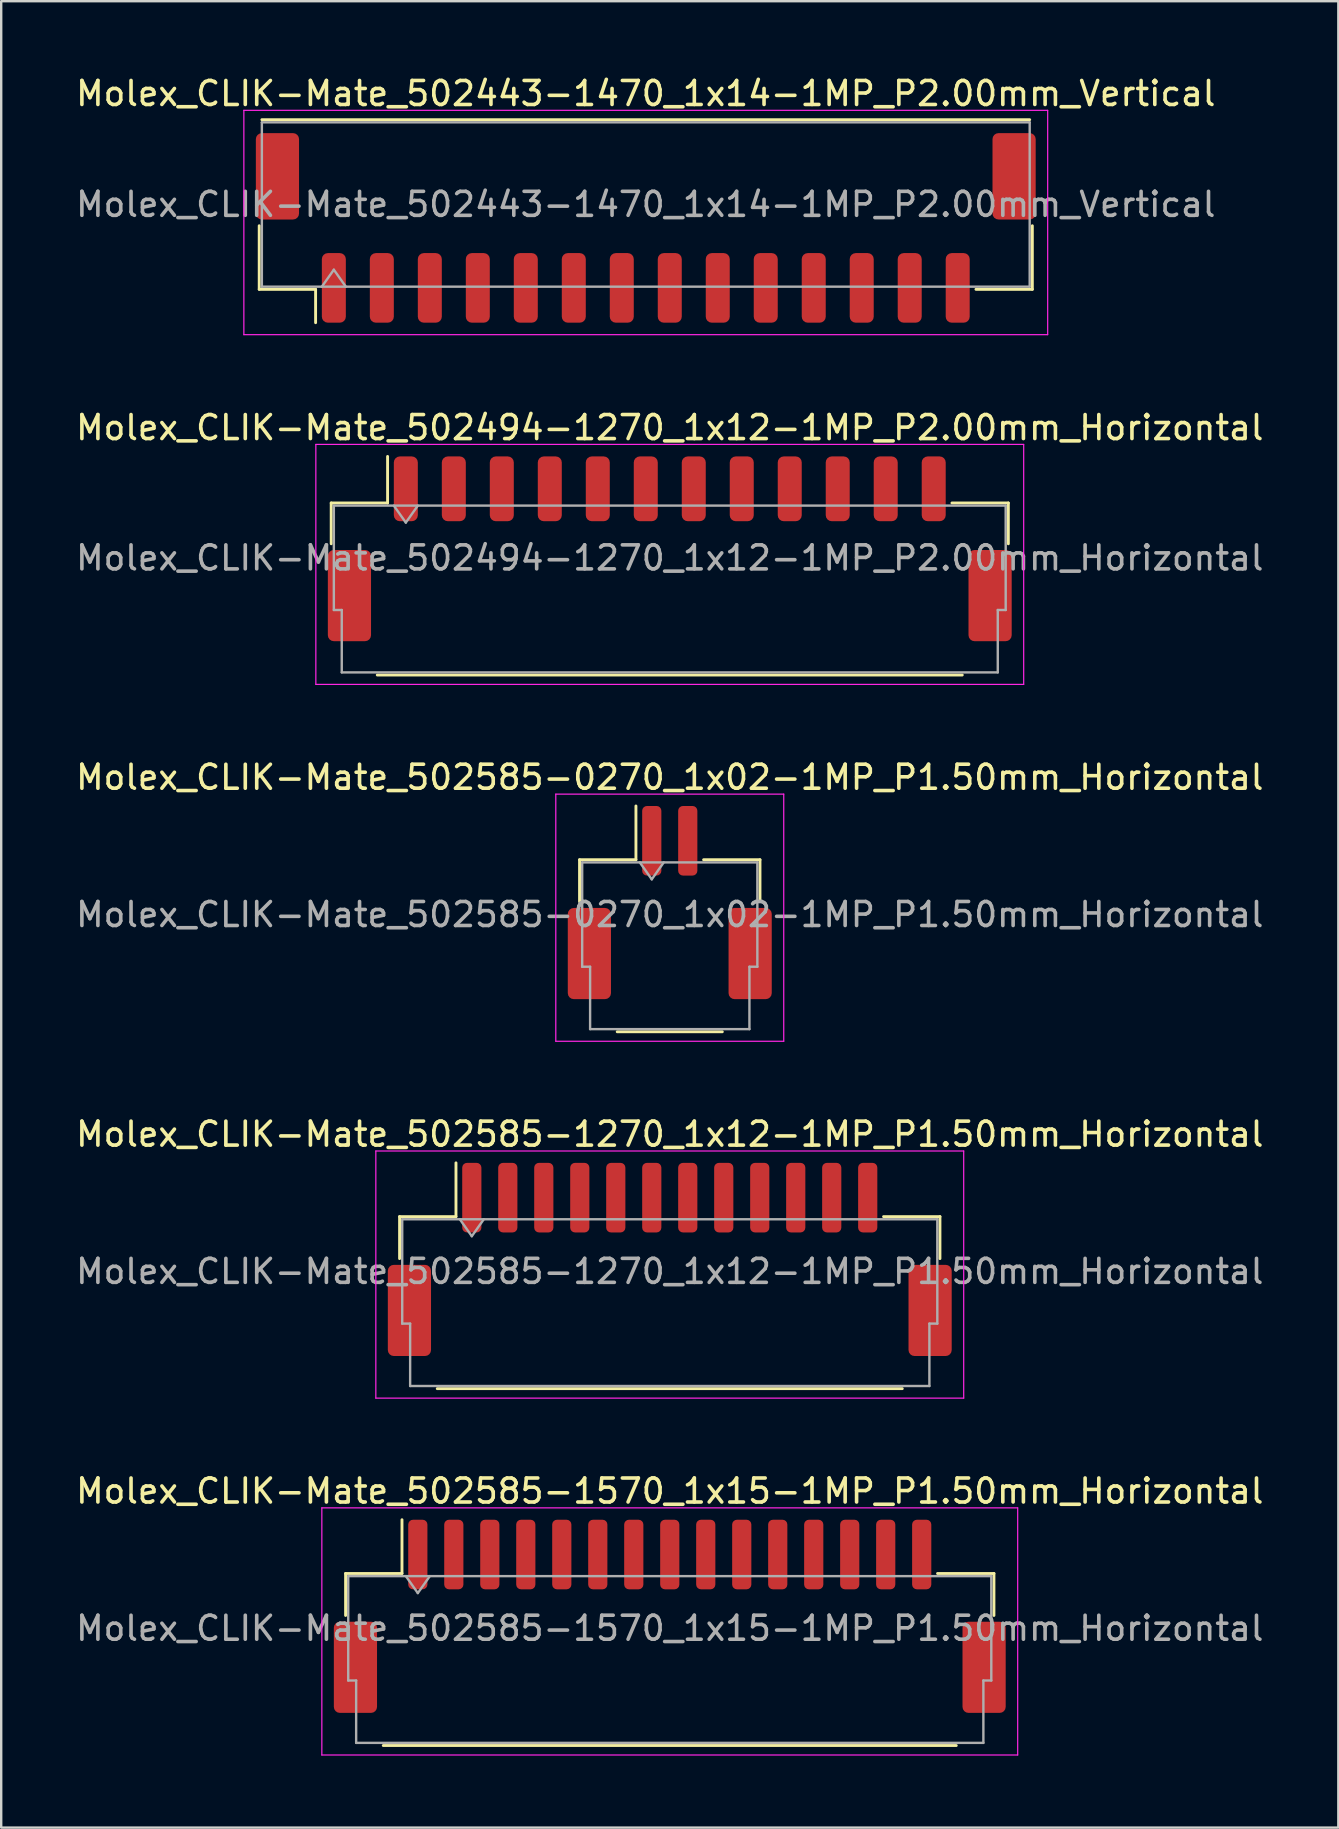
<source format=kicad_pcb>
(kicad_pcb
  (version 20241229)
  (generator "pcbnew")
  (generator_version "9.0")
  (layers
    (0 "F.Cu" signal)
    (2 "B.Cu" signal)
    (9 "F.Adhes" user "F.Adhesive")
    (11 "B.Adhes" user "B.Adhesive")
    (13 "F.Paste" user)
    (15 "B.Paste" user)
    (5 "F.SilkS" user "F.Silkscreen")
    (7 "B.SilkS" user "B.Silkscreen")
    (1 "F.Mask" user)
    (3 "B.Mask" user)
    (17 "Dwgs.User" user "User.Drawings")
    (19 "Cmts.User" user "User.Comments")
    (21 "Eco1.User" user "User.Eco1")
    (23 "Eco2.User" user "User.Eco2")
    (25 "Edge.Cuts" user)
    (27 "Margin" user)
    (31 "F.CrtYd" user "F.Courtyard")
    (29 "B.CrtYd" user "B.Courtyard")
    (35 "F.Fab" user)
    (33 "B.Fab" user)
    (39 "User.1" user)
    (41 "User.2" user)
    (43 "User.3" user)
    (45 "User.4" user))
  (footprint "Molex_CLIK-Mate_502585-1570_1x15-1MP_P1.50mm_Horizontal"
    (layer "F.Cu")
    (at 24.863 64.311)
    (property "Reference" "Molex_CLIK-Mate_502585-1570_1x15-1MP_P1.50mm_Horizontal" (at 0 -5.22 0) (layer "F.SilkS") (effects (font (size 1 1) (thickness 0.15))))
    (attr smd)
    (fp_line (start -13.51 -1.785) (end -11.16 -1.785) (stroke (width 0.12) (type solid)) (layer "F.SilkS"))
    (fp_line (start -13.51 -0.035) (end -13.51 -1.785) (stroke (width 0.12) (type solid)) (layer "F.SilkS"))
    (fp_line (start -11.94 5.385) (end 11.94 5.385) (stroke (width 0.12) (type solid)) (layer "F.SilkS"))
    (fp_line (start -11.16 -1.785) (end -11.16 -4.025) (stroke (width 0.12) (type solid)) (layer "F.SilkS"))
    (fp_line (start 13.51 -1.785) (end 11.16 -1.785) (stroke (width 0.12) (type solid)) (layer "F.SilkS"))
    (fp_line (start 13.51 -0.035) (end 13.51 -1.785) (stroke (width 0.12) (type solid)) (layer "F.SilkS"))
    (fp_line (start -14.5 -4.52) (end -14.5 5.78) (stroke (width 0.05) (type solid)) (layer "F.CrtYd"))
    (fp_line (start -14.5 5.78) (end 14.5 5.78) (stroke (width 0.05) (type solid)) (layer "F.CrtYd"))
    (fp_line (start 14.5 -4.52) (end -14.5 -4.52) (stroke (width 0.05) (type solid)) (layer "F.CrtYd"))
    (fp_line (start 14.5 5.78) (end 14.5 -4.52) (stroke (width 0.05) (type solid)) (layer "F.CrtYd"))
    (fp_line (start -13.4 -1.675) (end -13.4 2.675) (stroke (width 0.1) (type solid)) (layer "F.Fab"))
    (fp_line (start -13.4 -1.675) (end 13.4 -1.675) (stroke (width 0.1) (type solid)) (layer "F.Fab"))
    (fp_line (start -13.4 2.675) (end -13.07 2.675) (stroke (width 0.1) (type solid)) (layer "F.Fab"))
    (fp_line (start -13.07 2.675) (end -13.07 5.275) (stroke (width 0.1) (type solid)) (layer "F.Fab"))
    (fp_line (start -13.07 5.275) (end 13.07 5.275) (stroke (width 0.1) (type solid)) (layer "F.Fab"))
    (fp_line (start -11 -1.675) (end -10.5 -0.968) (stroke (width 0.1) (type solid)) (layer "F.Fab"))
    (fp_line (start -10.5 -0.968) (end -10 -1.675) (stroke (width 0.1) (type solid)) (layer "F.Fab"))
    (fp_line (start 13.07 2.675) (end 13.4 2.675) (stroke (width 0.1) (type solid)) (layer "F.Fab"))
    (fp_line (start 13.07 5.275) (end 13.07 2.675) (stroke (width 0.1) (type solid)) (layer "F.Fab"))
    (fp_line (start 13.4 -1.675) (end 13.4 2.675) (stroke (width 0.1) (type solid)) (layer "F.Fab"))
    (fp_text user "${REFERENCE}" (at 0 0.5 0) (layer "F.Fab") (effects (font (size 1 1) (thickness 0.15))))
    (pad "1" smd roundrect (at -10.5 -2.575) (size 0.8 2.9) (layers "F.Cu" "F.Mask" "F.Paste") (roundrect_rratio 0.25))
    (pad "2" smd roundrect (at -9 -2.575) (size 0.8 2.9) (layers "F.Cu" "F.Mask" "F.Paste") (roundrect_rratio 0.25))
    (pad "3" smd roundrect (at -7.5 -2.575) (size 0.8 2.9) (layers "F.Cu" "F.Mask" "F.Paste") (roundrect_rratio 0.25))
    (pad "4" smd roundrect (at -6 -2.575) (size 0.8 2.9) (layers "F.Cu" "F.Mask" "F.Paste") (roundrect_rratio 0.25))
    (pad "5" smd roundrect (at -4.5 -2.575) (size 0.8 2.9) (layers "F.Cu" "F.Mask" "F.Paste") (roundrect_rratio 0.25))
    (pad "6" smd roundrect (at -3 -2.575) (size 0.8 2.9) (layers "F.Cu" "F.Mask" "F.Paste") (roundrect_rratio 0.25))
    (pad "7" smd roundrect (at -1.5 -2.575) (size 0.8 2.9) (layers "F.Cu" "F.Mask" "F.Paste") (roundrect_rratio 0.25))
    (pad "8" smd roundrect (at 0 -2.575) (size 0.8 2.9) (layers "F.Cu" "F.Mask" "F.Paste") (roundrect_rratio 0.25))
    (pad "9" smd roundrect (at 1.5 -2.575) (size 0.8 2.9) (layers "F.Cu" "F.Mask" "F.Paste") (roundrect_rratio 0.25))
    (pad "10" smd roundrect (at 3 -2.575) (size 0.8 2.9) (layers "F.Cu" "F.Mask" "F.Paste") (roundrect_rratio 0.25))
    (pad "11" smd roundrect (at 4.5 -2.575) (size 0.8 2.9) (layers "F.Cu" "F.Mask" "F.Paste") (roundrect_rratio 0.25))
    (pad "12" smd roundrect (at 6 -2.575) (size 0.8 2.9) (layers "F.Cu" "F.Mask" "F.Paste") (roundrect_rratio 0.25))
    (pad "13" smd roundrect (at 7.5 -2.575) (size 0.8 2.9) (layers "F.Cu" "F.Mask" "F.Paste") (roundrect_rratio 0.25))
    (pad "14" smd roundrect (at 9 -2.575) (size 0.8 2.9) (layers "F.Cu" "F.Mask" "F.Paste") (roundrect_rratio 0.25))
    (pad "15" smd roundrect (at 10.5 -2.575) (size 0.8 2.9) (layers "F.Cu" "F.Mask" "F.Paste") (roundrect_rratio 0.25))
    (pad "MP" smd roundrect (at -13.1 2.125) (size 1.8 3.8) (layers "F.Cu" "F.Mask" "F.Paste") (roundrect_rratio 0.139))
    (pad "MP" smd roundrect (at 13.1 2.125) (size 1.8 3.8) (layers "F.Cu" "F.Mask" "F.Paste") (roundrect_rratio 0.139)))
  (footprint "Molex_CLIK-Mate_502585-0270_1x02-1MP_P1.50mm_Horizontal"
    (layer "F.Cu")
    (at 24.863 34.565)
    (property "Reference" "Molex_CLIK-Mate_502585-0270_1x02-1MP_P1.50mm_Horizontal" (at 0 -5.22 0) (layer "F.SilkS") (effects (font (size 1 1) (thickness 0.15))))
    (attr smd)
    (fp_line (start -3.76 -1.785) (end -1.41 -1.785) (stroke (width 0.12) (type solid)) (layer "F.SilkS"))
    (fp_line (start -3.76 -0.035) (end -3.76 -1.785) (stroke (width 0.12) (type solid)) (layer "F.SilkS"))
    (fp_line (start -2.19 5.385) (end 2.19 5.385) (stroke (width 0.12) (type solid)) (layer "F.SilkS"))
    (fp_line (start -1.41 -1.785) (end -1.41 -4.025) (stroke (width 0.12) (type solid)) (layer "F.SilkS"))
    (fp_line (start 3.76 -1.785) (end 1.41 -1.785) (stroke (width 0.12) (type solid)) (layer "F.SilkS"))
    (fp_line (start 3.76 -0.035) (end 3.76 -1.785) (stroke (width 0.12) (type solid)) (layer "F.SilkS"))
    (fp_line (start -4.75 -4.52) (end -4.75 5.78) (stroke (width 0.05) (type solid)) (layer "F.CrtYd"))
    (fp_line (start -4.75 5.78) (end 4.75 5.78) (stroke (width 0.05) (type solid)) (layer "F.CrtYd"))
    (fp_line (start 4.75 -4.52) (end -4.75 -4.52) (stroke (width 0.05) (type solid)) (layer "F.CrtYd"))
    (fp_line (start 4.75 5.78) (end 4.75 -4.52) (stroke (width 0.05) (type solid)) (layer "F.CrtYd"))
    (fp_line (start -3.65 -1.675) (end -3.65 2.675) (stroke (width 0.1) (type solid)) (layer "F.Fab"))
    (fp_line (start -3.65 -1.675) (end 3.65 -1.675) (stroke (width 0.1) (type solid)) (layer "F.Fab"))
    (fp_line (start -3.65 2.675) (end -3.32 2.675) (stroke (width 0.1) (type solid)) (layer "F.Fab"))
    (fp_line (start -3.32 2.675) (end -3.32 5.275) (stroke (width 0.1) (type solid)) (layer "F.Fab"))
    (fp_line (start -3.32 5.275) (end 3.32 5.275) (stroke (width 0.1) (type solid)) (layer "F.Fab"))
    (fp_line (start -1.25 -1.675) (end -0.75 -0.968) (stroke (width 0.1) (type solid)) (layer "F.Fab"))
    (fp_line (start -0.75 -0.968) (end -0.25 -1.675) (stroke (width 0.1) (type solid)) (layer "F.Fab"))
    (fp_line (start 3.32 2.675) (end 3.65 2.675) (stroke (width 0.1) (type solid)) (layer "F.Fab"))
    (fp_line (start 3.32 5.275) (end 3.32 2.675) (stroke (width 0.1) (type solid)) (layer "F.Fab"))
    (fp_line (start 3.65 -1.675) (end 3.65 2.675) (stroke (width 0.1) (type solid)) (layer "F.Fab"))
    (fp_text user "${REFERENCE}" (at 0 0.5 0) (layer "F.Fab") (effects (font (size 1 1) (thickness 0.15))))
    (pad "1" smd roundrect (at -0.75 -2.575) (size 0.8 2.9) (layers "F.Cu" "F.Mask" "F.Paste") (roundrect_rratio 0.25))
    (pad "2" smd roundrect (at 0.75 -2.575) (size 0.8 2.9) (layers "F.Cu" "F.Mask" "F.Paste") (roundrect_rratio 0.25))
    (pad "MP" smd roundrect (at -3.35 2.125) (size 1.8 3.8) (layers "F.Cu" "F.Mask" "F.Paste") (roundrect_rratio 0.139))
    (pad "MP" smd roundrect (at 3.35 2.125) (size 1.8 3.8) (layers "F.Cu" "F.Mask" "F.Paste") (roundrect_rratio 0.139)))
  (footprint "Molex_CLIK-Mate_502494-1270_1x12-1MP_P2.00mm_Horizontal"
    (layer "F.Cu")
    (at 24.863 19.822)
    (property "Reference" "Molex_CLIK-Mate_502494-1270_1x12-1MP_P2.00mm_Horizontal" (at 0 -5.05 0) (layer "F.SilkS") (effects (font (size 1 1) (thickness 0.15))))
    (attr smd)
    (fp_line (start -14.11 -1.91) (end -11.76 -1.91) (stroke (width 0.12) (type solid)) (layer "F.SilkS"))
    (fp_line (start -14.11 -0.21) (end -14.11 -1.91) (stroke (width 0.12) (type solid)) (layer "F.SilkS"))
    (fp_line (start -12.19 5.26) (end 12.19 5.26) (stroke (width 0.12) (type solid)) (layer "F.SilkS"))
    (fp_line (start -11.76 -1.91) (end -11.76 -3.85) (stroke (width 0.12) (type solid)) (layer "F.SilkS"))
    (fp_line (start 14.11 -1.91) (end 11.76 -1.91) (stroke (width 0.12) (type solid)) (layer "F.SilkS"))
    (fp_line (start 14.11 -0.21) (end 14.11 -1.91) (stroke (width 0.12) (type solid)) (layer "F.SilkS"))
    (fp_line (start -14.75 -4.35) (end -14.75 5.65) (stroke (width 0.05) (type solid)) (layer "F.CrtYd"))
    (fp_line (start -14.75 5.65) (end 14.75 5.65) (stroke (width 0.05) (type solid)) (layer "F.CrtYd"))
    (fp_line (start 14.75 -4.35) (end -14.75 -4.35) (stroke (width 0.05) (type solid)) (layer "F.CrtYd"))
    (fp_line (start 14.75 5.65) (end 14.75 -4.35) (stroke (width 0.05) (type solid)) (layer "F.CrtYd"))
    (fp_line (start -14 -1.8) (end -14 2.55) (stroke (width 0.1) (type solid)) (layer "F.Fab"))
    (fp_line (start -14 -1.8) (end 14 -1.8) (stroke (width 0.1) (type solid)) (layer "F.Fab"))
    (fp_line (start -14 2.55) (end -13.67 2.55) (stroke (width 0.1) (type solid)) (layer "F.Fab"))
    (fp_line (start -13.67 2.55) (end -13.67 5.15) (stroke (width 0.1) (type solid)) (layer "F.Fab"))
    (fp_line (start -13.67 5.15) (end 13.67 5.15) (stroke (width 0.1) (type solid)) (layer "F.Fab"))
    (fp_line (start -11.5 -1.8) (end -11 -1.093) (stroke (width 0.1) (type solid)) (layer "F.Fab"))
    (fp_line (start -11 -1.093) (end -10.5 -1.8) (stroke (width 0.1) (type solid)) (layer "F.Fab"))
    (fp_line (start 13.67 2.55) (end 14 2.55) (stroke (width 0.1) (type solid)) (layer "F.Fab"))
    (fp_line (start 13.67 5.15) (end 13.67 2.55) (stroke (width 0.1) (type solid)) (layer "F.Fab"))
    (fp_line (start 14 -1.8) (end 14 2.55) (stroke (width 0.1) (type solid)) (layer "F.Fab"))
    (fp_text user "${REFERENCE}" (at 0 0.38 0) (layer "F.Fab") (effects (font (size 1 1) (thickness 0.15))))
    (pad "1" smd roundrect (at -11 -2.5) (size 1 2.7) (layers "F.Cu" "F.Mask" "F.Paste") (roundrect_rratio 0.25))
    (pad "2" smd roundrect (at -9 -2.5) (size 1 2.7) (layers "F.Cu" "F.Mask" "F.Paste") (roundrect_rratio 0.25))
    (pad "3" smd roundrect (at -7 -2.5) (size 1 2.7) (layers "F.Cu" "F.Mask" "F.Paste") (roundrect_rratio 0.25))
    (pad "4" smd roundrect (at -5 -2.5) (size 1 2.7) (layers "F.Cu" "F.Mask" "F.Paste") (roundrect_rratio 0.25))
    (pad "5" smd roundrect (at -3 -2.5) (size 1 2.7) (layers "F.Cu" "F.Mask" "F.Paste") (roundrect_rratio 0.25))
    (pad "6" smd roundrect (at -1 -2.5) (size 1 2.7) (layers "F.Cu" "F.Mask" "F.Paste") (roundrect_rratio 0.25))
    (pad "7" smd roundrect (at 1 -2.5) (size 1 2.7) (layers "F.Cu" "F.Mask" "F.Paste") (roundrect_rratio 0.25))
    (pad "8" smd roundrect (at 3 -2.5) (size 1 2.7) (layers "F.Cu" "F.Mask" "F.Paste") (roundrect_rratio 0.25))
    (pad "9" smd roundrect (at 5 -2.5) (size 1 2.7) (layers "F.Cu" "F.Mask" "F.Paste") (roundrect_rratio 0.25))
    (pad "10" smd roundrect (at 7 -2.5) (size 1 2.7) (layers "F.Cu" "F.Mask" "F.Paste") (roundrect_rratio 0.25))
    (pad "11" smd roundrect (at 9 -2.5) (size 1 2.7) (layers "F.Cu" "F.Mask" "F.Paste") (roundrect_rratio 0.25))
    (pad "12" smd roundrect (at 11 -2.5) (size 1 2.7) (layers "F.Cu" "F.Mask" "F.Paste") (roundrect_rratio 0.25))
    (pad "MP" smd roundrect (at -13.35 1.95) (size 1.8 3.8) (layers "F.Cu" "F.Mask" "F.Paste") (roundrect_rratio 0.139))
    (pad "MP" smd roundrect (at 13.35 1.95) (size 1.8 3.8) (layers "F.Cu" "F.Mask" "F.Paste") (roundrect_rratio 0.139)))
  (footprint "Molex_CLIK-Mate_502443-1470_1x14-1MP_P2.00mm_Vertical"
    (layer "F.Cu")
    (at 23.863 6.448)
    (property "Reference" "Molex_CLIK-Mate_502443-1470_1x14-1MP_P2.00mm_Vertical" (at 0 -5.6 0) (layer "F.SilkS") (effects (font (size 1 1) (thickness 0.15))))
    (attr smd)
    (fp_line (start -16.11 -0.09) (end -16.11 2.56) (stroke (width 0.12) (type solid)) (layer "F.SilkS"))
    (fp_line (start -16.11 2.56) (end -13.76 2.56) (stroke (width 0.12) (type solid)) (layer "F.SilkS"))
    (fp_line (start -16 -4.51) (end 16 -4.51) (stroke (width 0.12) (type solid)) (layer "F.SilkS"))
    (fp_line (start -13.76 2.56) (end -13.76 3.95) (stroke (width 0.12) (type solid)) (layer "F.SilkS"))
    (fp_line (start 16.11 -0.09) (end 16.11 2.56) (stroke (width 0.12) (type solid)) (layer "F.SilkS"))
    (fp_line (start 16.11 2.56) (end 13.76 2.56) (stroke (width 0.12) (type solid)) (layer "F.SilkS"))
    (fp_line (start -16.75 -4.9) (end -16.75 4.45) (stroke (width 0.05) (type solid)) (layer "F.CrtYd"))
    (fp_line (start -16.75 4.45) (end 16.75 4.45) (stroke (width 0.05) (type solid)) (layer "F.CrtYd"))
    (fp_line (start 16.75 -4.9) (end -16.75 -4.9) (stroke (width 0.05) (type solid)) (layer "F.CrtYd"))
    (fp_line (start 16.75 4.45) (end 16.75 -4.9) (stroke (width 0.05) (type solid)) (layer "F.CrtYd"))
    (fp_line (start -16 -4.4) (end 16 -4.4) (stroke (width 0.1) (type solid)) (layer "F.Fab"))
    (fp_line (start -16 2.45) (end -16 -4.4) (stroke (width 0.1) (type solid)) (layer "F.Fab"))
    (fp_line (start -16 2.45) (end 16 2.45) (stroke (width 0.1) (type solid)) (layer "F.Fab"))
    (fp_line (start -13.5 2.45) (end -13 1.743) (stroke (width 0.1) (type solid)) (layer "F.Fab"))
    (fp_line (start -13 1.743) (end -12.5 2.45) (stroke (width 0.1) (type solid)) (layer "F.Fab"))
    (fp_line (start 16 2.45) (end 16 -4.4) (stroke (width 0.1) (type solid)) (layer "F.Fab"))
    (fp_text user "${REFERENCE}" (at 0 -0.98 0) (layer "F.Fab") (effects (font (size 1 1) (thickness 0.15))))
    (pad "1" smd roundrect (at -13 2.5) (size 1 2.9) (layers "F.Cu" "F.Mask" "F.Paste") (roundrect_rratio 0.25))
    (pad "2" smd roundrect (at -11 2.5) (size 1 2.9) (layers "F.Cu" "F.Mask" "F.Paste") (roundrect_rratio 0.25))
    (pad "3" smd roundrect (at -9 2.5) (size 1 2.9) (layers "F.Cu" "F.Mask" "F.Paste") (roundrect_rratio 0.25))
    (pad "4" smd roundrect (at -7 2.5) (size 1 2.9) (layers "F.Cu" "F.Mask" "F.Paste") (roundrect_rratio 0.25))
    (pad "5" smd roundrect (at -5 2.5) (size 1 2.9) (layers "F.Cu" "F.Mask" "F.Paste") (roundrect_rratio 0.25))
    (pad "6" smd roundrect (at -3 2.5) (size 1 2.9) (layers "F.Cu" "F.Mask" "F.Paste") (roundrect_rratio 0.25))
    (pad "7" smd roundrect (at -1 2.5) (size 1 2.9) (layers "F.Cu" "F.Mask" "F.Paste") (roundrect_rratio 0.25))
    (pad "8" smd roundrect (at 1 2.5) (size 1 2.9) (layers "F.Cu" "F.Mask" "F.Paste") (roundrect_rratio 0.25))
    (pad "9" smd roundrect (at 3 2.5) (size 1 2.9) (layers "F.Cu" "F.Mask" "F.Paste") (roundrect_rratio 0.25))
    (pad "10" smd roundrect (at 5 2.5) (size 1 2.9) (layers "F.Cu" "F.Mask" "F.Paste") (roundrect_rratio 0.25))
    (pad "11" smd roundrect (at 7 2.5) (size 1 2.9) (layers "F.Cu" "F.Mask" "F.Paste") (roundrect_rratio 0.25))
    (pad "12" smd roundrect (at 9 2.5) (size 1 2.9) (layers "F.Cu" "F.Mask" "F.Paste") (roundrect_rratio 0.25))
    (pad "13" smd roundrect (at 11 2.5) (size 1 2.9) (layers "F.Cu" "F.Mask" "F.Paste") (roundrect_rratio 0.25))
    (pad "14" smd roundrect (at 13 2.5) (size 1 2.9) (layers "F.Cu" "F.Mask" "F.Paste") (roundrect_rratio 0.25))
    (pad "MP" smd roundrect (at -15.35 -2.15) (size 1.8 3.6) (layers "F.Cu" "F.Mask" "F.Paste") (roundrect_rratio 0.139))
    (pad "MP" smd roundrect (at 15.35 -2.15) (size 1.8 3.6) (layers "F.Cu" "F.Mask" "F.Paste") (roundrect_rratio 0.139)))
  (footprint "Molex_CLIK-Mate_502585-1270_1x12-1MP_P1.50mm_Horizontal"
    (layer "F.Cu")
    (at 24.863 49.438)
    (property "Reference" "Molex_CLIK-Mate_502585-1270_1x12-1MP_P1.50mm_Horizontal" (at 0 -5.22 0) (layer "F.SilkS") (effects (font (size 1 1) (thickness 0.15))))
    (attr smd)
    (fp_line (start -11.26 -1.785) (end -8.91 -1.785) (stroke (width 0.12) (type solid)) (layer "F.SilkS"))
    (fp_line (start -11.26 -0.035) (end -11.26 -1.785) (stroke (width 0.12) (type solid)) (layer "F.SilkS"))
    (fp_line (start -9.69 5.385) (end 9.69 5.385) (stroke (width 0.12) (type solid)) (layer "F.SilkS"))
    (fp_line (start -8.91 -1.785) (end -8.91 -4.025) (stroke (width 0.12) (type solid)) (layer "F.SilkS"))
    (fp_line (start 11.26 -1.785) (end 8.91 -1.785) (stroke (width 0.12) (type solid)) (layer "F.SilkS"))
    (fp_line (start 11.26 -0.035) (end 11.26 -1.785) (stroke (width 0.12) (type solid)) (layer "F.SilkS"))
    (fp_line (start -12.25 -4.52) (end -12.25 5.78) (stroke (width 0.05) (type solid)) (layer "F.CrtYd"))
    (fp_line (start -12.25 5.78) (end 12.25 5.78) (stroke (width 0.05) (type solid)) (layer "F.CrtYd"))
    (fp_line (start 12.25 -4.52) (end -12.25 -4.52) (stroke (width 0.05) (type solid)) (layer "F.CrtYd"))
    (fp_line (start 12.25 5.78) (end 12.25 -4.52) (stroke (width 0.05) (type solid)) (layer "F.CrtYd"))
    (fp_line (start -11.15 -1.675) (end -11.15 2.675) (stroke (width 0.1) (type solid)) (layer "F.Fab"))
    (fp_line (start -11.15 -1.675) (end 11.15 -1.675) (stroke (width 0.1) (type solid)) (layer "F.Fab"))
    (fp_line (start -11.15 2.675) (end -10.82 2.675) (stroke (width 0.1) (type solid)) (layer "F.Fab"))
    (fp_line (start -10.82 2.675) (end -10.82 5.275) (stroke (width 0.1) (type solid)) (layer "F.Fab"))
    (fp_line (start -10.82 5.275) (end 10.82 5.275) (stroke (width 0.1) (type solid)) (layer "F.Fab"))
    (fp_line (start -8.75 -1.675) (end -8.25 -0.968) (stroke (width 0.1) (type solid)) (layer "F.Fab"))
    (fp_line (start -8.25 -0.968) (end -7.75 -1.675) (stroke (width 0.1) (type solid)) (layer "F.Fab"))
    (fp_line (start 10.82 2.675) (end 11.15 2.675) (stroke (width 0.1) (type solid)) (layer "F.Fab"))
    (fp_line (start 10.82 5.275) (end 10.82 2.675) (stroke (width 0.1) (type solid)) (layer "F.Fab"))
    (fp_line (start 11.15 -1.675) (end 11.15 2.675) (stroke (width 0.1) (type solid)) (layer "F.Fab"))
    (fp_text user "${REFERENCE}" (at 0 0.5 0) (layer "F.Fab") (effects (font (size 1 1) (thickness 0.15))))
    (pad "1" smd roundrect (at -8.25 -2.575) (size 0.8 2.9) (layers "F.Cu" "F.Mask" "F.Paste") (roundrect_rratio 0.25))
    (pad "2" smd roundrect (at -6.75 -2.575) (size 0.8 2.9) (layers "F.Cu" "F.Mask" "F.Paste") (roundrect_rratio 0.25))
    (pad "3" smd roundrect (at -5.25 -2.575) (size 0.8 2.9) (layers "F.Cu" "F.Mask" "F.Paste") (roundrect_rratio 0.25))
    (pad "4" smd roundrect (at -3.75 -2.575) (size 0.8 2.9) (layers "F.Cu" "F.Mask" "F.Paste") (roundrect_rratio 0.25))
    (pad "5" smd roundrect (at -2.25 -2.575) (size 0.8 2.9) (layers "F.Cu" "F.Mask" "F.Paste") (roundrect_rratio 0.25))
    (pad "6" smd roundrect (at -0.75 -2.575) (size 0.8 2.9) (layers "F.Cu" "F.Mask" "F.Paste") (roundrect_rratio 0.25))
    (pad "7" smd roundrect (at 0.75 -2.575) (size 0.8 2.9) (layers "F.Cu" "F.Mask" "F.Paste") (roundrect_rratio 0.25))
    (pad "8" smd roundrect (at 2.25 -2.575) (size 0.8 2.9) (layers "F.Cu" "F.Mask" "F.Paste") (roundrect_rratio 0.25))
    (pad "9" smd roundrect (at 3.75 -2.575) (size 0.8 2.9) (layers "F.Cu" "F.Mask" "F.Paste") (roundrect_rratio 0.25))
    (pad "10" smd roundrect (at 5.25 -2.575) (size 0.8 2.9) (layers "F.Cu" "F.Mask" "F.Paste") (roundrect_rratio 0.25))
    (pad "11" smd roundrect (at 6.75 -2.575) (size 0.8 2.9) (layers "F.Cu" "F.Mask" "F.Paste") (roundrect_rratio 0.25))
    (pad "12" smd roundrect (at 8.25 -2.575) (size 0.8 2.9) (layers "F.Cu" "F.Mask" "F.Paste") (roundrect_rratio 0.25))
    (pad "MP" smd roundrect (at -10.85 2.125) (size 1.8 3.8) (layers "F.Cu" "F.Mask" "F.Paste") (roundrect_rratio 0.139))
    (pad "MP" smd roundrect (at 10.85 2.125) (size 1.8 3.8) (layers "F.Cu" "F.Mask" "F.Paste") (roundrect_rratio 0.139)))
  (gr_rect
    (start -3 -3)
    (end 52.726 73.116)
    (stroke (width 0.1) (type default))
    (fill no)
    (layer "Edge.Cuts")))
</source>
